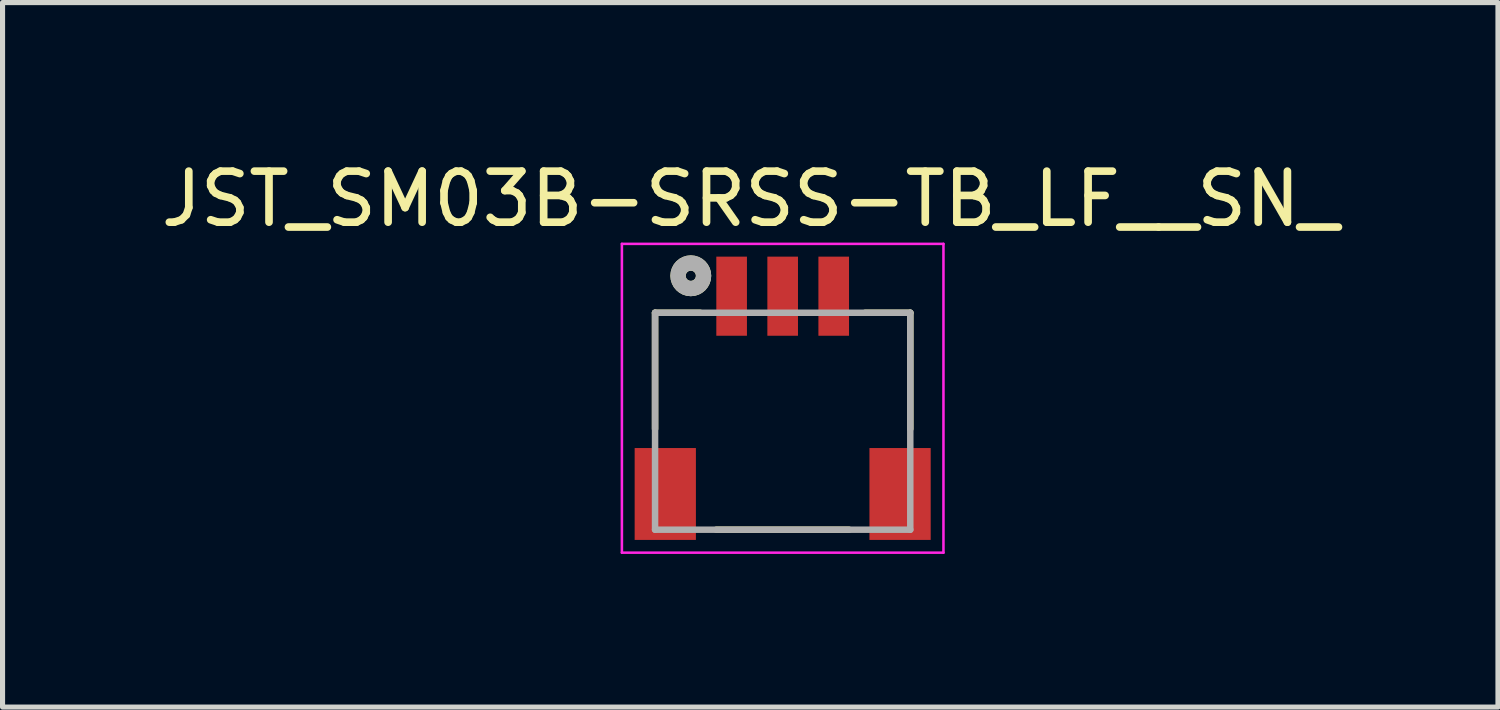
<source format=kicad_pcb>
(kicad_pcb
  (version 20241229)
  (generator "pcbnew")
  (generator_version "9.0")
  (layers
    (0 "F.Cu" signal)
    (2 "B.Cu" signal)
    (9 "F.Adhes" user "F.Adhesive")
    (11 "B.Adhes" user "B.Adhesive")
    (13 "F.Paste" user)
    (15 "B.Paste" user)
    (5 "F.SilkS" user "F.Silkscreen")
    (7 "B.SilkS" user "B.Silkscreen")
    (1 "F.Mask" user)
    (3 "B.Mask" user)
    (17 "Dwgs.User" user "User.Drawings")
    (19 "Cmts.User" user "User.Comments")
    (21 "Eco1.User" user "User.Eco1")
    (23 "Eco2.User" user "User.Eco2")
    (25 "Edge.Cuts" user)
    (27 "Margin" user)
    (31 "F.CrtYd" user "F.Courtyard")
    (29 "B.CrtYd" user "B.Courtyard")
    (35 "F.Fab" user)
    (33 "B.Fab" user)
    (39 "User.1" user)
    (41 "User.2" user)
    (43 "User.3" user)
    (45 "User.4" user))
  (footprint "JST_SM03B-SRSS-TB_LF__SN_"
    (layer "F.Cu")
    (at 12.284 2.753)
    (property "Reference" "JST_SM03B-SRSS-TB_LF__SN_" (at -0.635 -1.905 0) (layer "F.SilkS") (effects (font (size 1 1) (thickness 0.15))))
    (attr smd)
    (fp_line (start -2.5 0.325) (end -2.5 2.6) (stroke (width 0.127) (type solid)) (layer "F.SilkS"))
    (fp_line (start -1.615 0.325) (end -2.5 0.325) (stroke (width 0.127) (type solid)) (layer "F.SilkS"))
    (fp_line (start -1.3 4.575) (end 1.3 4.575) (stroke (width 0.127) (type solid)) (layer "F.SilkS"))
    (fp_line (start 2.5 0.325) (end 1.615 0.325) (stroke (width 0.127) (type solid)) (layer "F.SilkS"))
    (fp_line (start 2.5 2.6) (end 2.5 0.325) (stroke (width 0.127) (type solid)) (layer "F.SilkS"))
    (fp_circle (center -1.8 -0.4) (end -1.7 -0.4) (stroke (width 0.3) (type solid)) (fill no) (layer "F.SilkS"))
    (fp_line (start -3.15 -1.025) (end 3.15 -1.025) (stroke (width 0.05) (type solid)) (layer "F.CrtYd"))
    (fp_line (start -3.15 5.025) (end -3.15 -1.025) (stroke (width 0.05) (type solid)) (layer "F.CrtYd"))
    (fp_line (start 3.15 -1.025) (end 3.15 5.025) (stroke (width 0.05) (type solid)) (layer "F.CrtYd"))
    (fp_line (start 3.15 5.025) (end -3.15 5.025) (stroke (width 0.05) (type solid)) (layer "F.CrtYd"))
    (fp_line (start -2.5 0.325) (end 2.5 0.325) (stroke (width 0.127) (type solid)) (layer "F.Fab"))
    (fp_line (start -2.5 4.575) (end -2.5 0.325) (stroke (width 0.127) (type solid)) (layer "F.Fab"))
    (fp_line (start 2.5 0.325) (end 2.5 4.575) (stroke (width 0.127) (type solid)) (layer "F.Fab"))
    (fp_line (start 2.5 4.575) (end -2.5 4.575) (stroke (width 0.127) (type solid)) (layer "F.Fab"))
    (fp_circle (center -1.8 -0.4) (end -1.7 -0.4) (stroke (width 0.3) (type solid)) (fill no) (layer "F.Fab"))
    (pad "1" smd rect (at -1 0) (size 0.6 1.55) (layers "F.Cu" "F.Mask" "F.Paste"))
    (pad "2" smd rect (at 0 0) (size 0.6 1.55) (layers "F.Cu" "F.Mask" "F.Paste"))
    (pad "3" smd rect (at 1 0) (size 0.6 1.55) (layers "F.Cu" "F.Mask" "F.Paste"))
    (pad "S1" smd rect (at -2.3 3.875) (size 1.2 1.8) (layers "F.Cu" "F.Mask" "F.Paste"))
    (pad "S2" smd rect (at 2.3 3.875) (size 1.2 1.8) (layers "F.Cu" "F.Mask" "F.Paste")))
  (gr_rect
    (start -3 -3)
    (end 26.298 10.803)
    (stroke (width 0.1) (type default))
    (fill no)
    (layer "Edge.Cuts")))
</source>
